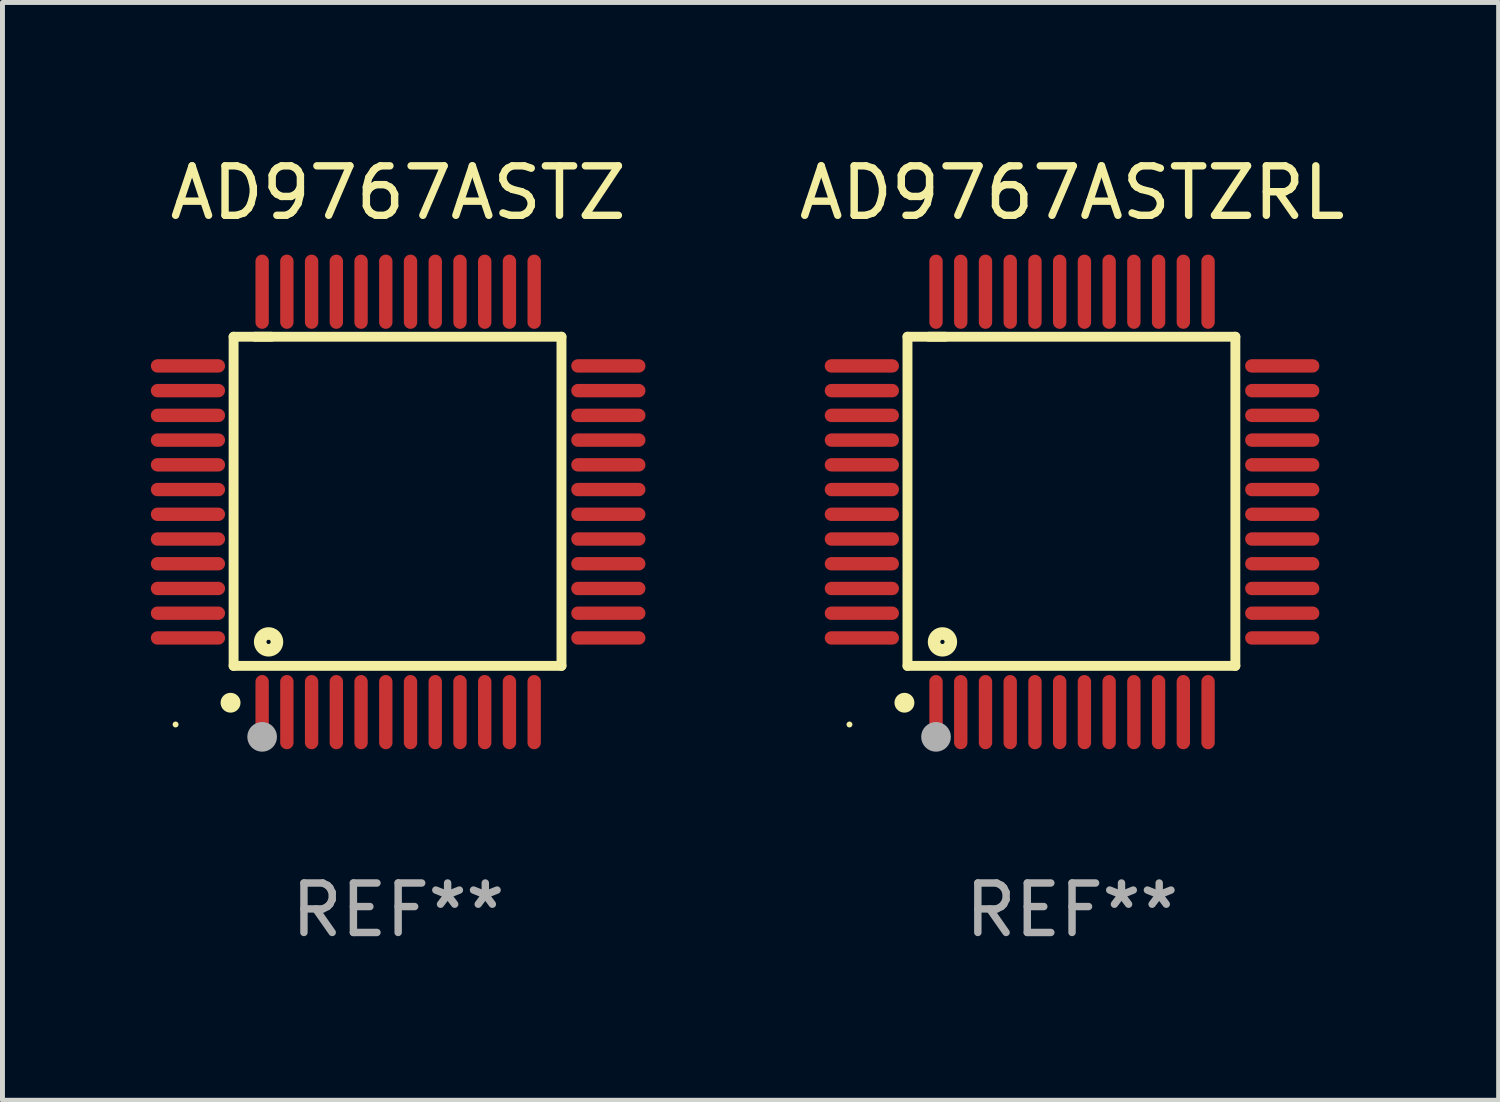
<source format=kicad_pcb>
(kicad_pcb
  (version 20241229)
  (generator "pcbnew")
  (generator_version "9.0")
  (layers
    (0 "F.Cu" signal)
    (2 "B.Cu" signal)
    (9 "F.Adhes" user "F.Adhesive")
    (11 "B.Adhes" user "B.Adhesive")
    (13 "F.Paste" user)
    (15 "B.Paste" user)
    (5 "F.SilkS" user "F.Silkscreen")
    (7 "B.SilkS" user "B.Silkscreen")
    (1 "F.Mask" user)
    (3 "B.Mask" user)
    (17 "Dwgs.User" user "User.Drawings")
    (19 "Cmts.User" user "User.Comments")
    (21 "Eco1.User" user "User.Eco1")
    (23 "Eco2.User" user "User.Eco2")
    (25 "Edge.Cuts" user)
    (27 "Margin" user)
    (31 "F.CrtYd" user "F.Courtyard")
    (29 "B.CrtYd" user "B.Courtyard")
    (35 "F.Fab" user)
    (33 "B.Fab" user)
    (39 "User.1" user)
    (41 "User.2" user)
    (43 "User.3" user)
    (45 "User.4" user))
  (footprint "AD9767ASTZRL"
    (layer "F.Cu")
    (at 18.625 7.098)
    (property "Reference" "AD9767ASTZRL" (at 0 -6.25 0) (layer "F.SilkS") (effects (font (size 1 1) (thickness 0.15))))
    (attr through_hole)
    (fp_line (start -3.327 -3.34) (end -2.565 -3.34) (stroke (width 0.2) (type solid)) (layer "F.SilkS"))
    (fp_line (start -3.327 3.315) (end -3.327 -3.34) (stroke (width 0.2) (type solid)) (layer "F.SilkS"))
    (fp_line (start -2.896 -3.34) (end 3.302 -3.34) (stroke (width 0.2) (type solid)) (layer "F.SilkS"))
    (fp_line (start 3.302 -3.34) (end 3.302 3.315) (stroke (width 0.2) (type solid)) (layer "F.SilkS"))
    (fp_line (start 3.302 3.315) (end -3.327 3.315) (stroke (width 0.2) (type solid)) (layer "F.SilkS"))
    (fp_arc (start -3.389992 4.059995) (mid -3.388722 4.059991) (end -3.387452 4.059995) (stroke (width 0.4) (type solid)) (layer "F.SilkS"))
    (fp_circle (center -4.5 4.5) (end -4.47 4.5) (stroke (width 0.06) (type solid)) (fill no) (layer "F.SilkS"))
    (fp_circle (center -2.62 2.83) (end -2.45 2.83) (stroke (width 0.254) (type solid)) (fill no) (layer "F.SilkS"))
    (fp_circle (center -2.75 4.75) (end -2.6 4.75) (stroke (width 0.3) (type solid)) (fill no) (layer "F.Fab"))
    (fp_text user "REF**" (at 0 8.25 0) (layer "F.Fab") (effects (font (size 1 1) (thickness 0.15))))
    (pad "1" smd oval (at -2.75 4.25) (size 0.27 1.5) (layers "F.Cu" "F.Mask" "F.Paste"))
    (pad "2" smd oval (at -2.25 4.25) (size 0.27 1.5) (layers "F.Cu" "F.Mask" "F.Paste"))
    (pad "3" smd oval (at -1.75 4.25) (size 0.27 1.5) (layers "F.Cu" "F.Mask" "F.Paste"))
    (pad "4" smd oval (at -1.25 4.25) (size 0.27 1.5) (layers "F.Cu" "F.Mask" "F.Paste"))
    (pad "5" smd oval (at -0.75 4.25) (size 0.27 1.5) (layers "F.Cu" "F.Mask" "F.Paste"))
    (pad "6" smd oval (at -0.25 4.25) (size 0.27 1.5) (layers "F.Cu" "F.Mask" "F.Paste"))
    (pad "7" smd oval (at 0.25 4.25) (size 0.27 1.5) (layers "F.Cu" "F.Mask" "F.Paste"))
    (pad "8" smd oval (at 0.75 4.25) (size 0.27 1.5) (layers "F.Cu" "F.Mask" "F.Paste"))
    (pad "9" smd oval (at 1.25 4.25) (size 0.27 1.5) (layers "F.Cu" "F.Mask" "F.Paste"))
    (pad "10" smd oval (at 1.75 4.25) (size 0.27 1.5) (layers "F.Cu" "F.Mask" "F.Paste"))
    (pad "11" smd oval (at 2.25 4.25) (size 0.27 1.5) (layers "F.Cu" "F.Mask" "F.Paste"))
    (pad "12" smd oval (at 2.75 4.25) (size 0.27 1.5) (layers "F.Cu" "F.Mask" "F.Paste"))
    (pad "13" smd oval (at 4.25 2.75) (size 1.5 0.27) (layers "F.Cu" "F.Mask" "F.Paste"))
    (pad "14" smd oval (at 4.25 2.25) (size 1.5 0.27) (layers "F.Cu" "F.Mask" "F.Paste"))
    (pad "15" smd oval (at 4.25 1.75) (size 1.5 0.27) (layers "F.Cu" "F.Mask" "F.Paste"))
    (pad "16" smd oval (at 4.25 1.25) (size 1.5 0.27) (layers "F.Cu" "F.Mask" "F.Paste"))
    (pad "17" smd oval (at 4.25 0.75) (size 1.5 0.27) (layers "F.Cu" "F.Mask" "F.Paste"))
    (pad "18" smd oval (at 4.25 0.25) (size 1.5 0.27) (layers "F.Cu" "F.Mask" "F.Paste"))
    (pad "19" smd oval (at 4.25 -0.25) (size 1.5 0.27) (layers "F.Cu" "F.Mask" "F.Paste"))
    (pad "20" smd oval (at 4.25 -0.75) (size 1.5 0.27) (layers "F.Cu" "F.Mask" "F.Paste"))
    (pad "21" smd oval (at 4.25 -1.25) (size 1.5 0.27) (layers "F.Cu" "F.Mask" "F.Paste"))
    (pad "22" smd oval (at 4.25 -1.75) (size 1.5 0.27) (layers "F.Cu" "F.Mask" "F.Paste"))
    (pad "23" smd oval (at 4.25 -2.25) (size 1.5 0.27) (layers "F.Cu" "F.Mask" "F.Paste"))
    (pad "24" smd oval (at 4.25 -2.75) (size 1.5 0.27) (layers "F.Cu" "F.Mask" "F.Paste"))
    (pad "25" smd oval (at 2.75 -4.25) (size 0.27 1.5) (layers "F.Cu" "F.Mask" "F.Paste"))
    (pad "26" smd oval (at 2.25 -4.25) (size 0.27 1.5) (layers "F.Cu" "F.Mask" "F.Paste"))
    (pad "27" smd oval (at 1.75 -4.25) (size 0.27 1.5) (layers "F.Cu" "F.Mask" "F.Paste"))
    (pad "28" smd oval (at 1.25 -4.25) (size 0.27 1.5) (layers "F.Cu" "F.Mask" "F.Paste"))
    (pad "29" smd oval (at 0.75 -4.25) (size 0.27 1.5) (layers "F.Cu" "F.Mask" "F.Paste"))
    (pad "30" smd oval (at 0.25 -4.25) (size 0.27 1.5) (layers "F.Cu" "F.Mask" "F.Paste"))
    (pad "31" smd oval (at -0.25 -4.25) (size 0.27 1.5) (layers "F.Cu" "F.Mask" "F.Paste"))
    (pad "32" smd oval (at -0.75 -4.25) (size 0.27 1.5) (layers "F.Cu" "F.Mask" "F.Paste"))
    (pad "33" smd oval (at -1.25 -4.25) (size 0.27 1.5) (layers "F.Cu" "F.Mask" "F.Paste"))
    (pad "34" smd oval (at -1.75 -4.25) (size 0.27 1.5) (layers "F.Cu" "F.Mask" "F.Paste"))
    (pad "35" smd oval (at -2.25 -4.25) (size 0.27 1.5) (layers "F.Cu" "F.Mask" "F.Paste"))
    (pad "36" smd oval (at -2.75 -4.25) (size 0.27 1.5) (layers "F.Cu" "F.Mask" "F.Paste"))
    (pad "37" smd oval (at -4.25 -2.75) (size 1.5 0.27) (layers "F.Cu" "F.Mask" "F.Paste"))
    (pad "38" smd oval (at -4.25 -2.25) (size 1.5 0.27) (layers "F.Cu" "F.Mask" "F.Paste"))
    (pad "39" smd oval (at -4.25 -1.75) (size 1.5 0.27) (layers "F.Cu" "F.Mask" "F.Paste"))
    (pad "40" smd oval (at -4.25 -1.25) (size 1.5 0.27) (layers "F.Cu" "F.Mask" "F.Paste"))
    (pad "41" smd oval (at -4.25 -0.75) (size 1.5 0.27) (layers "F.Cu" "F.Mask" "F.Paste"))
    (pad "42" smd oval (at -4.25 -0.25) (size 1.5 0.27) (layers "F.Cu" "F.Mask" "F.Paste"))
    (pad "43" smd oval (at -4.25 0.25) (size 1.5 0.27) (layers "F.Cu" "F.Mask" "F.Paste"))
    (pad "44" smd oval (at -4.25 0.75) (size 1.5 0.27) (layers "F.Cu" "F.Mask" "F.Paste"))
    (pad "45" smd oval (at -4.25 1.25) (size 1.5 0.27) (layers "F.Cu" "F.Mask" "F.Paste"))
    (pad "46" smd oval (at -4.25 1.75) (size 1.5 0.27) (layers "F.Cu" "F.Mask" "F.Paste"))
    (pad "47" smd oval (at -4.25 2.25) (size 1.5 0.27) (layers "F.Cu" "F.Mask" "F.Paste"))
    (pad "48" smd oval (at -4.25 2.75) (size 1.5 0.27) (layers "F.Cu" "F.Mask" "F.Paste")))
  (footprint "AD9767ASTZ"
    (layer "F.Cu")
    (at 5 7.098)
    (property "Reference" "AD9767ASTZ" (at 0 -6.25 0) (layer "F.SilkS") (effects (font (size 1 1) (thickness 0.15))))
    (attr through_hole)
    (fp_line (start -3.327 -3.34) (end -2.565 -3.34) (stroke (width 0.2) (type solid)) (layer "F.SilkS"))
    (fp_line (start -3.327 3.315) (end -3.327 -3.34) (stroke (width 0.2) (type solid)) (layer "F.SilkS"))
    (fp_line (start -2.896 -3.34) (end 3.302 -3.34) (stroke (width 0.2) (type solid)) (layer "F.SilkS"))
    (fp_line (start 3.302 -3.34) (end 3.302 3.315) (stroke (width 0.2) (type solid)) (layer "F.SilkS"))
    (fp_line (start 3.302 3.315) (end -3.327 3.315) (stroke (width 0.2) (type solid)) (layer "F.SilkS"))
    (fp_arc (start -3.389992 4.059995) (mid -3.388722 4.059991) (end -3.387452 4.059995) (stroke (width 0.4) (type solid)) (layer "F.SilkS"))
    (fp_circle (center -4.5 4.5) (end -4.47 4.5) (stroke (width 0.06) (type solid)) (fill no) (layer "F.SilkS"))
    (fp_circle (center -2.62 2.83) (end -2.45 2.83) (stroke (width 0.254) (type solid)) (fill no) (layer "F.SilkS"))
    (fp_circle (center -2.75 4.75) (end -2.6 4.75) (stroke (width 0.3) (type solid)) (fill no) (layer "F.Fab"))
    (fp_text user "REF**" (at 0 8.25 0) (layer "F.Fab") (effects (font (size 1 1) (thickness 0.15))))
    (pad "1" smd oval (at -2.75 4.25) (size 0.27 1.5) (layers "F.Cu" "F.Mask" "F.Paste"))
    (pad "2" smd oval (at -2.25 4.25) (size 0.27 1.5) (layers "F.Cu" "F.Mask" "F.Paste"))
    (pad "3" smd oval (at -1.75 4.25) (size 0.27 1.5) (layers "F.Cu" "F.Mask" "F.Paste"))
    (pad "4" smd oval (at -1.25 4.25) (size 0.27 1.5) (layers "F.Cu" "F.Mask" "F.Paste"))
    (pad "5" smd oval (at -0.75 4.25) (size 0.27 1.5) (layers "F.Cu" "F.Mask" "F.Paste"))
    (pad "6" smd oval (at -0.25 4.25) (size 0.27 1.5) (layers "F.Cu" "F.Mask" "F.Paste"))
    (pad "7" smd oval (at 0.25 4.25) (size 0.27 1.5) (layers "F.Cu" "F.Mask" "F.Paste"))
    (pad "8" smd oval (at 0.75 4.25) (size 0.27 1.5) (layers "F.Cu" "F.Mask" "F.Paste"))
    (pad "9" smd oval (at 1.25 4.25) (size 0.27 1.5) (layers "F.Cu" "F.Mask" "F.Paste"))
    (pad "10" smd oval (at 1.75 4.25) (size 0.27 1.5) (layers "F.Cu" "F.Mask" "F.Paste"))
    (pad "11" smd oval (at 2.25 4.25) (size 0.27 1.5) (layers "F.Cu" "F.Mask" "F.Paste"))
    (pad "12" smd oval (at 2.75 4.25) (size 0.27 1.5) (layers "F.Cu" "F.Mask" "F.Paste"))
    (pad "13" smd oval (at 4.25 2.75) (size 1.5 0.27) (layers "F.Cu" "F.Mask" "F.Paste"))
    (pad "14" smd oval (at 4.25 2.25) (size 1.5 0.27) (layers "F.Cu" "F.Mask" "F.Paste"))
    (pad "15" smd oval (at 4.25 1.75) (size 1.5 0.27) (layers "F.Cu" "F.Mask" "F.Paste"))
    (pad "16" smd oval (at 4.25 1.25) (size 1.5 0.27) (layers "F.Cu" "F.Mask" "F.Paste"))
    (pad "17" smd oval (at 4.25 0.75) (size 1.5 0.27) (layers "F.Cu" "F.Mask" "F.Paste"))
    (pad "18" smd oval (at 4.25 0.25) (size 1.5 0.27) (layers "F.Cu" "F.Mask" "F.Paste"))
    (pad "19" smd oval (at 4.25 -0.25) (size 1.5 0.27) (layers "F.Cu" "F.Mask" "F.Paste"))
    (pad "20" smd oval (at 4.25 -0.75) (size 1.5 0.27) (layers "F.Cu" "F.Mask" "F.Paste"))
    (pad "21" smd oval (at 4.25 -1.25) (size 1.5 0.27) (layers "F.Cu" "F.Mask" "F.Paste"))
    (pad "22" smd oval (at 4.25 -1.75) (size 1.5 0.27) (layers "F.Cu" "F.Mask" "F.Paste"))
    (pad "23" smd oval (at 4.25 -2.25) (size 1.5 0.27) (layers "F.Cu" "F.Mask" "F.Paste"))
    (pad "24" smd oval (at 4.25 -2.75) (size 1.5 0.27) (layers "F.Cu" "F.Mask" "F.Paste"))
    (pad "25" smd oval (at 2.75 -4.25) (size 0.27 1.5) (layers "F.Cu" "F.Mask" "F.Paste"))
    (pad "26" smd oval (at 2.25 -4.25) (size 0.27 1.5) (layers "F.Cu" "F.Mask" "F.Paste"))
    (pad "27" smd oval (at 1.75 -4.25) (size 0.27 1.5) (layers "F.Cu" "F.Mask" "F.Paste"))
    (pad "28" smd oval (at 1.25 -4.25) (size 0.27 1.5) (layers "F.Cu" "F.Mask" "F.Paste"))
    (pad "29" smd oval (at 0.75 -4.25) (size 0.27 1.5) (layers "F.Cu" "F.Mask" "F.Paste"))
    (pad "30" smd oval (at 0.25 -4.25) (size 0.27 1.5) (layers "F.Cu" "F.Mask" "F.Paste"))
    (pad "31" smd oval (at -0.25 -4.25) (size 0.27 1.5) (layers "F.Cu" "F.Mask" "F.Paste"))
    (pad "32" smd oval (at -0.75 -4.25) (size 0.27 1.5) (layers "F.Cu" "F.Mask" "F.Paste"))
    (pad "33" smd oval (at -1.25 -4.25) (size 0.27 1.5) (layers "F.Cu" "F.Mask" "F.Paste"))
    (pad "34" smd oval (at -1.75 -4.25) (size 0.27 1.5) (layers "F.Cu" "F.Mask" "F.Paste"))
    (pad "35" smd oval (at -2.25 -4.25) (size 0.27 1.5) (layers "F.Cu" "F.Mask" "F.Paste"))
    (pad "36" smd oval (at -2.75 -4.25) (size 0.27 1.5) (layers "F.Cu" "F.Mask" "F.Paste"))
    (pad "37" smd oval (at -4.25 -2.75) (size 1.5 0.27) (layers "F.Cu" "F.Mask" "F.Paste"))
    (pad "38" smd oval (at -4.25 -2.25) (size 1.5 0.27) (layers "F.Cu" "F.Mask" "F.Paste"))
    (pad "39" smd oval (at -4.25 -1.75) (size 1.5 0.27) (layers "F.Cu" "F.Mask" "F.Paste"))
    (pad "40" smd oval (at -4.25 -1.25) (size 1.5 0.27) (layers "F.Cu" "F.Mask" "F.Paste"))
    (pad "41" smd oval (at -4.25 -0.75) (size 1.5 0.27) (layers "F.Cu" "F.Mask" "F.Paste"))
    (pad "42" smd oval (at -4.25 -0.25) (size 1.5 0.27) (layers "F.Cu" "F.Mask" "F.Paste"))
    (pad "43" smd oval (at -4.25 0.25) (size 1.5 0.27) (layers "F.Cu" "F.Mask" "F.Paste"))
    (pad "44" smd oval (at -4.25 0.75) (size 1.5 0.27) (layers "F.Cu" "F.Mask" "F.Paste"))
    (pad "45" smd oval (at -4.25 1.25) (size 1.5 0.27) (layers "F.Cu" "F.Mask" "F.Paste"))
    (pad "46" smd oval (at -4.25 1.75) (size 1.5 0.27) (layers "F.Cu" "F.Mask" "F.Paste"))
    (pad "47" smd oval (at -4.25 2.25) (size 1.5 0.27) (layers "F.Cu" "F.Mask" "F.Paste"))
    (pad "48" smd oval (at -4.25 2.75) (size 1.5 0.27) (layers "F.Cu" "F.Mask" "F.Paste")))
  (gr_rect
    (start -3 -3)
    (end 27.25 19.196)
    (stroke (width 0.1) (type default))
    (fill no)
    (layer "Edge.Cuts")))
</source>
